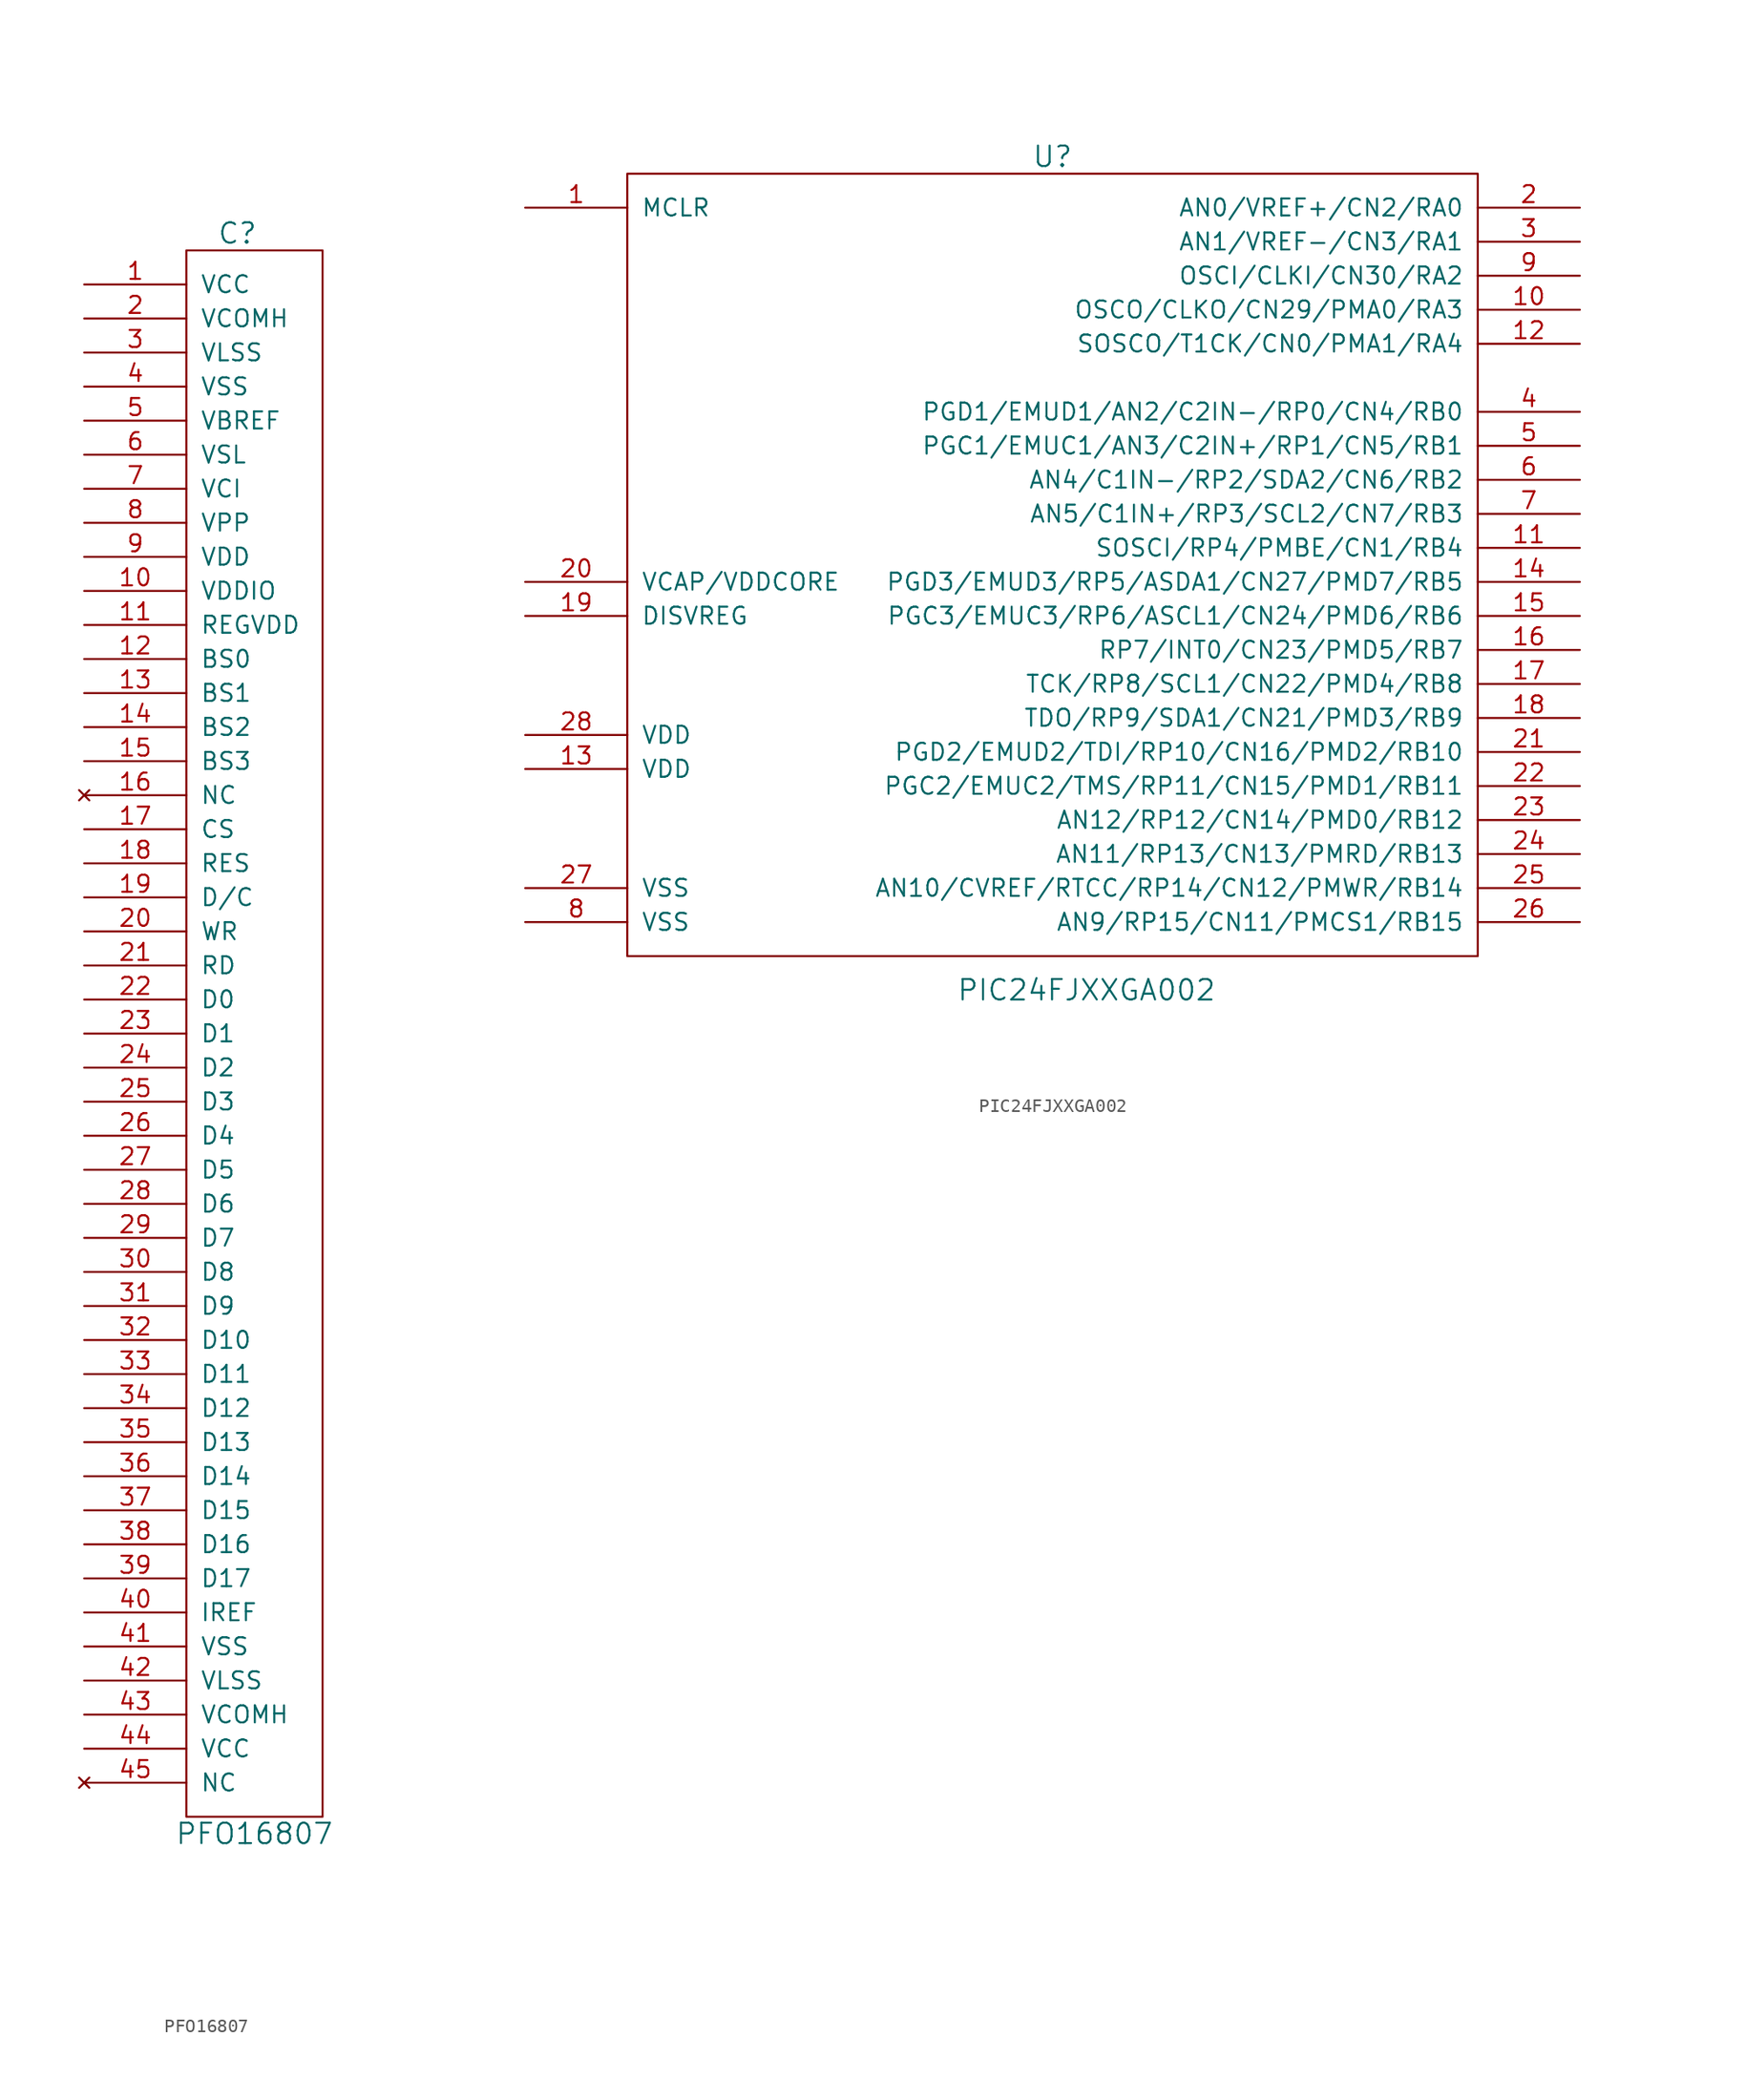
<source format=kicad_sym>
(kicad_symbol_lib
  (version 20211014)
  (generator kicad_symbol_editor)
  (symbol "PFO16807"
    (pin_names
      (offset 1.016))
    (property "Reference" "C"
      (at -1.27 58.42 0)
      (effects (font (size 1.524 1.524))))
    (property "Value" "PFO16807"
      (at 0 -60.96 0)
      (effects (font (size 1.524 1.524))))
    (property "Footprint" ""
      (at 0 0 0)
      (effects (font (size 1.524 1.524))))
    (property "Datasheet" ""
      (at 0 0 0)
      (effects (font (size 1.524 1.524))))
    (symbol "PFO16807_0_1"
      (rectangle (start -5.08 57.15) (end 5.08 -59.69) (stroke (width 0) (type default) (color 0 0 0 0)) (fill (type none))))
    (symbol "PFO16807_1_1"
      (pin input line (at -12.7 54.61 0) (length 7.62) (name "VCC" (effects (font (size 1.27 1.27)))) (number "1" (effects (font (size 1.27 1.27)))))
      (pin input line (at -12.7 31.75 0) (length 7.62) (name "VDDIO" (effects (font (size 1.27 1.27)))) (number "10" (effects (font (size 1.27 1.27)))))
      (pin input line (at -12.7 29.21 0) (length 7.62) (name "REGVDD" (effects (font (size 1.27 1.27)))) (number "11" (effects (font (size 1.27 1.27)))))
      (pin input line (at -12.7 26.67 0) (length 7.62) (name "BS0" (effects (font (size 1.27 1.27)))) (number "12" (effects (font (size 1.27 1.27)))))
      (pin input line (at -12.7 24.13 0) (length 7.62) (name "BS1" (effects (font (size 1.27 1.27)))) (number "13" (effects (font (size 1.27 1.27)))))
      (pin input line (at -12.7 21.59 0) (length 7.62) (name "BS2" (effects (font (size 1.27 1.27)))) (number "14" (effects (font (size 1.27 1.27)))))
      (pin input line (at -12.7 19.05 0) (length 7.62) (name "BS3" (effects (font (size 1.27 1.27)))) (number "15" (effects (font (size 1.27 1.27)))))
      (pin no_connect line (at -12.7 16.51 0) (length 7.62) (name "NC" (effects (font (size 1.27 1.27)))) (number "16" (effects (font (size 1.27 1.27)))))
      (pin input line (at -12.7 13.97 0) (length 7.62) (name "CS" (effects (font (size 1.27 1.27)))) (number "17" (effects (font (size 1.27 1.27)))))
      (pin input line (at -12.7 11.43 0) (length 7.62) (name "RES" (effects (font (size 1.27 1.27)))) (number "18" (effects (font (size 1.27 1.27)))))
      (pin input line (at -12.7 8.89 0) (length 7.62) (name "D/C" (effects (font (size 1.27 1.27)))) (number "19" (effects (font (size 1.27 1.27)))))
      (pin input line (at -12.7 52.07 0) (length 7.62) (name "VCOMH" (effects (font (size 1.27 1.27)))) (number "2" (effects (font (size 1.27 1.27)))))
      (pin input line (at -12.7 6.35 0) (length 7.62) (name "WR" (effects (font (size 1.27 1.27)))) (number "20" (effects (font (size 1.27 1.27)))))
      (pin input line (at -12.7 3.81 0) (length 7.62) (name "RD" (effects (font (size 1.27 1.27)))) (number "21" (effects (font (size 1.27 1.27)))))
      (pin input line (at -12.7 1.27 0) (length 7.62) (name "D0" (effects (font (size 1.27 1.27)))) (number "22" (effects (font (size 1.27 1.27)))))
      (pin input line (at -12.7 -1.27 0) (length 7.62) (name "D1" (effects (font (size 1.27 1.27)))) (number "23" (effects (font (size 1.27 1.27)))))
      (pin input line (at -12.7 -3.81 0) (length 7.62) (name "D2" (effects (font (size 1.27 1.27)))) (number "24" (effects (font (size 1.27 1.27)))))
      (pin input line (at -12.7 -6.35 0) (length 7.62) (name "D3" (effects (font (size 1.27 1.27)))) (number "25" (effects (font (size 1.27 1.27)))))
      (pin input line (at -12.7 -8.89 0) (length 7.62) (name "D4" (effects (font (size 1.27 1.27)))) (number "26" (effects (font (size 1.27 1.27)))))
      (pin input line (at -12.7 -11.43 0) (length 7.62) (name "D5" (effects (font (size 1.27 1.27)))) (number "27" (effects (font (size 1.27 1.27)))))
      (pin input line (at -12.7 -13.97 0) (length 7.62) (name "D6" (effects (font (size 1.27 1.27)))) (number "28" (effects (font (size 1.27 1.27)))))
      (pin input line (at -12.7 -16.51 0) (length 7.62) (name "D7" (effects (font (size 1.27 1.27)))) (number "29" (effects (font (size 1.27 1.27)))))
      (pin input line (at -12.7 49.53 0) (length 7.62) (name "VLSS" (effects (font (size 1.27 1.27)))) (number "3" (effects (font (size 1.27 1.27)))))
      (pin input line (at -12.7 -19.05 0) (length 7.62) (name "D8" (effects (font (size 1.27 1.27)))) (number "30" (effects (font (size 1.27 1.27)))))
      (pin input line (at -12.7 -21.59 0) (length 7.62) (name "D9" (effects (font (size 1.27 1.27)))) (number "31" (effects (font (size 1.27 1.27)))))
      (pin input line (at -12.7 -24.13 0) (length 7.62) (name "D10" (effects (font (size 1.27 1.27)))) (number "32" (effects (font (size 1.27 1.27)))))
      (pin input line (at -12.7 -26.67 0) (length 7.62) (name "D11" (effects (font (size 1.27 1.27)))) (number "33" (effects (font (size 1.27 1.27)))))
      (pin input line (at -12.7 -29.21 0) (length 7.62) (name "D12" (effects (font (size 1.27 1.27)))) (number "34" (effects (font (size 1.27 1.27)))))
      (pin input line (at -12.7 -31.75 0) (length 7.62) (name "D13" (effects (font (size 1.27 1.27)))) (number "35" (effects (font (size 1.27 1.27)))))
      (pin input line (at -12.7 -34.29 0) (length 7.62) (name "D14" (effects (font (size 1.27 1.27)))) (number "36" (effects (font (size 1.27 1.27)))))
      (pin input line (at -12.7 -36.83 0) (length 7.62) (name "D15" (effects (font (size 1.27 1.27)))) (number "37" (effects (font (size 1.27 1.27)))))
      (pin input line (at -12.7 -39.37 0) (length 7.62) (name "D16" (effects (font (size 1.27 1.27)))) (number "38" (effects (font (size 1.27 1.27)))))
      (pin input line (at -12.7 -41.91 0) (length 7.62) (name "D17" (effects (font (size 1.27 1.27)))) (number "39" (effects (font (size 1.27 1.27)))))
      (pin input line (at -12.7 46.99 0) (length 7.62) (name "VSS" (effects (font (size 1.27 1.27)))) (number "4" (effects (font (size 1.27 1.27)))))
      (pin input line (at -12.7 -44.45 0) (length 7.62) (name "IREF" (effects (font (size 1.27 1.27)))) (number "40" (effects (font (size 1.27 1.27)))))
      (pin input line (at -12.7 -46.99 0) (length 7.62) (name "VSS" (effects (font (size 1.27 1.27)))) (number "41" (effects (font (size 1.27 1.27)))))
      (pin input line (at -12.7 -49.53 0) (length 7.62) (name "VLSS" (effects (font (size 1.27 1.27)))) (number "42" (effects (font (size 1.27 1.27)))))
      (pin input line (at -12.7 -52.07 0) (length 7.62) (name "VCOMH" (effects (font (size 1.27 1.27)))) (number "43" (effects (font (size 1.27 1.27)))))
      (pin input line (at -12.7 -54.61 0) (length 7.62) (name "VCC" (effects (font (size 1.27 1.27)))) (number "44" (effects (font (size 1.27 1.27)))))
      (pin no_connect line (at -12.7 -57.15 0) (length 7.62) (name "NC" (effects (font (size 1.27 1.27)))) (number "45" (effects (font (size 1.27 1.27)))))
      (pin input line (at -12.7 44.45 0) (length 7.62) (name "VBREF" (effects (font (size 1.27 1.27)))) (number "5" (effects (font (size 1.27 1.27)))))
      (pin input line (at -12.7 41.91 0) (length 7.62) (name "VSL" (effects (font (size 1.27 1.27)))) (number "6" (effects (font (size 1.27 1.27)))))
      (pin input line (at -12.7 39.37 0) (length 7.62) (name "VCI" (effects (font (size 1.27 1.27)))) (number "7" (effects (font (size 1.27 1.27)))))
      (pin input line (at -12.7 36.83 0) (length 7.62) (name "VPP" (effects (font (size 1.27 1.27)))) (number "8" (effects (font (size 1.27 1.27)))))
      (pin input line (at -12.7 34.29 0) (length 7.62) (name "VDD" (effects (font (size 1.27 1.27)))) (number "9" (effects (font (size 1.27 1.27)))))))
  (symbol "PIC24FJXXGA002"
    (pin_names
      (offset 1.016))
    (property "Reference" "U"
      (at 0 30.48 0)
      (effects (font (size 1.524 1.524))))
    (property "Value" "PIC24FJXXGA002"
      (at 2.54 -31.75 0)
      (effects (font (size 1.524 1.524))))
    (property "Footprint" ""
      (at 0 0 0)
      (effects (font (size 1.524 1.524))))
    (property "Datasheet" ""
      (at 0 0 0)
      (effects (font (size 1.524 1.524))))
    (symbol "PIC24FJXXGA002_0_1"
      (rectangle (start -31.75 29.21) (end 31.75 -29.21) (stroke (width 0) (type default) (color 0 0 0 0)) (fill (type none))))
    (symbol "PIC24FJXXGA002_1_1"
      (pin input line (at -39.37 26.67 0) (length 7.62) (name "MCLR" (effects (font (size 1.27 1.27)))) (number "1" (effects (font (size 1.27 1.27)))))
      (pin bidirectional line (at 39.37 19.05 180) (length 7.62) (name "OSCO/CLKO/CN29/PMA0/RA3" (effects (font (size 1.27 1.27)))) (number "10" (effects (font (size 1.27 1.27)))))
      (pin bidirectional line (at 39.37 1.27 180) (length 7.62) (name "SOSCI/RP4/PMBE/CN1/RB4" (effects (font (size 1.27 1.27)))) (number "11" (effects (font (size 1.27 1.27)))))
      (pin bidirectional line (at 39.37 16.51 180) (length 7.62) (name "SOSCO/T1CK/CN0/PMA1/RA4" (effects (font (size 1.27 1.27)))) (number "12" (effects (font (size 1.27 1.27)))))
      (pin power_in line (at -39.37 -15.24 0) (length 7.62) (name "VDD" (effects (font (size 1.27 1.27)))) (number "13" (effects (font (size 1.27 1.27)))))
      (pin bidirectional line (at 39.37 -1.27 180) (length 7.62) (name "PGD3/EMUD3/RP5/ASDA1/CN27/PMD7/RB5" (effects (font (size 1.27 1.27)))) (number "14" (effects (font (size 1.27 1.27)))))
      (pin input line (at 39.37 -3.81 180) (length 7.62) (name "PGC3/EMUC3/RP6/ASCL1/CN24/PMD6/RB6" (effects (font (size 1.27 1.27)))) (number "15" (effects (font (size 1.27 1.27)))))
      (pin bidirectional line (at 39.37 -6.35 180) (length 7.62) (name "RP7/INT0/CN23/PMD5/RB7" (effects (font (size 1.27 1.27)))) (number "16" (effects (font (size 1.27 1.27)))))
      (pin input line (at 39.37 -8.89 180) (length 7.62) (name "TCK/RP8/SCL1/CN22/PMD4/RB8" (effects (font (size 1.27 1.27)))) (number "17" (effects (font (size 1.27 1.27)))))
      (pin input line (at 39.37 -11.43 180) (length 7.62) (name "TDO/RP9/SDA1/CN21/PMD3/RB9" (effects (font (size 1.27 1.27)))) (number "18" (effects (font (size 1.27 1.27)))))
      (pin input line (at -39.37 -3.81 0) (length 7.62) (name "DISVREG" (effects (font (size 1.27 1.27)))) (number "19" (effects (font (size 1.27 1.27)))))
      (pin bidirectional line (at 39.37 26.67 180) (length 7.62) (name "AN0/VREF+/CN2/RA0" (effects (font (size 1.27 1.27)))) (number "2" (effects (font (size 1.27 1.27)))))
      (pin bidirectional line (at -39.37 -1.27 0) (length 7.62) (name "VCAP/VDDCORE" (effects (font (size 1.27 1.27)))) (number "20" (effects (font (size 1.27 1.27)))))
      (pin bidirectional line (at 39.37 -13.97 180) (length 7.62) (name "PGD2/EMUD2/TDI/RP10/CN16/PMD2/RB10" (effects (font (size 1.27 1.27)))) (number "21" (effects (font (size 1.27 1.27)))))
      (pin bidirectional line (at 39.37 -16.51 180) (length 7.62) (name "PGC2/EMUC2/TMS/RP11/CN15/PMD1/RB11" (effects (font (size 1.27 1.27)))) (number "22" (effects (font (size 1.27 1.27)))))
      (pin bidirectional line (at 39.37 -19.05 180) (length 7.62) (name "AN12/RP12/CN14/PMD0/RB12" (effects (font (size 1.27 1.27)))) (number "23" (effects (font (size 1.27 1.27)))))
      (pin bidirectional line (at 39.37 -21.59 180) (length 7.62) (name "AN11/RP13/CN13/PMRD/RB13" (effects (font (size 1.27 1.27)))) (number "24" (effects (font (size 1.27 1.27)))))
      (pin bidirectional line (at 39.37 -24.13 180) (length 7.62) (name "AN10/CVREF/RTCC/RP14/CN12/PMWR/RB14" (effects (font (size 1.27 1.27)))) (number "25" (effects (font (size 1.27 1.27)))))
      (pin bidirectional line (at 39.37 -26.67 180) (length 7.62) (name "AN9/RP15/CN11/PMCS1/RB15" (effects (font (size 1.27 1.27)))) (number "26" (effects (font (size 1.27 1.27)))))
      (pin power_in line (at -39.37 -24.13 0) (length 7.62) (name "VSS" (effects (font (size 1.27 1.27)))) (number "27" (effects (font (size 1.27 1.27)))))
      (pin power_in line (at -39.37 -12.7 0) (length 7.62) (name "VDD" (effects (font (size 1.27 1.27)))) (number "28" (effects (font (size 1.27 1.27)))))
      (pin bidirectional line (at 39.37 24.13 180) (length 7.62) (name "AN1/VREF-/CN3/RA1" (effects (font (size 1.27 1.27)))) (number "3" (effects (font (size 1.27 1.27)))))
      (pin bidirectional line (at 39.37 11.43 180) (length 7.62) (name "PGD1/EMUD1/AN2/C2IN-/RP0/CN4/RB0" (effects (font (size 1.27 1.27)))) (number "4" (effects (font (size 1.27 1.27)))))
      (pin bidirectional line (at 39.37 8.89 180) (length 7.62) (name "PGC1/EMUC1/AN3/C2IN+/RP1/CN5/RB1" (effects (font (size 1.27 1.27)))) (number "5" (effects (font (size 1.27 1.27)))))
      (pin bidirectional line (at 39.37 6.35 180) (length 7.62) (name "AN4/C1IN-/RP2/SDA2/CN6/RB2" (effects (font (size 1.27 1.27)))) (number "6" (effects (font (size 1.27 1.27)))))
      (pin bidirectional line (at 39.37 3.81 180) (length 7.62) (name "AN5/C1IN+/RP3/SCL2/CN7/RB3" (effects (font (size 1.27 1.27)))) (number "7" (effects (font (size 1.27 1.27)))))
      (pin power_in line (at -39.37 -26.67 0) (length 7.62) (name "VSS" (effects (font (size 1.27 1.27)))) (number "8" (effects (font (size 1.27 1.27)))))
      (pin bidirectional line (at 39.37 21.59 180) (length 7.62) (name "OSCI/CLKI/CN30/RA2" (effects (font (size 1.27 1.27)))) (number "9" (effects (font (size 1.27 1.27))))))))
</source>
